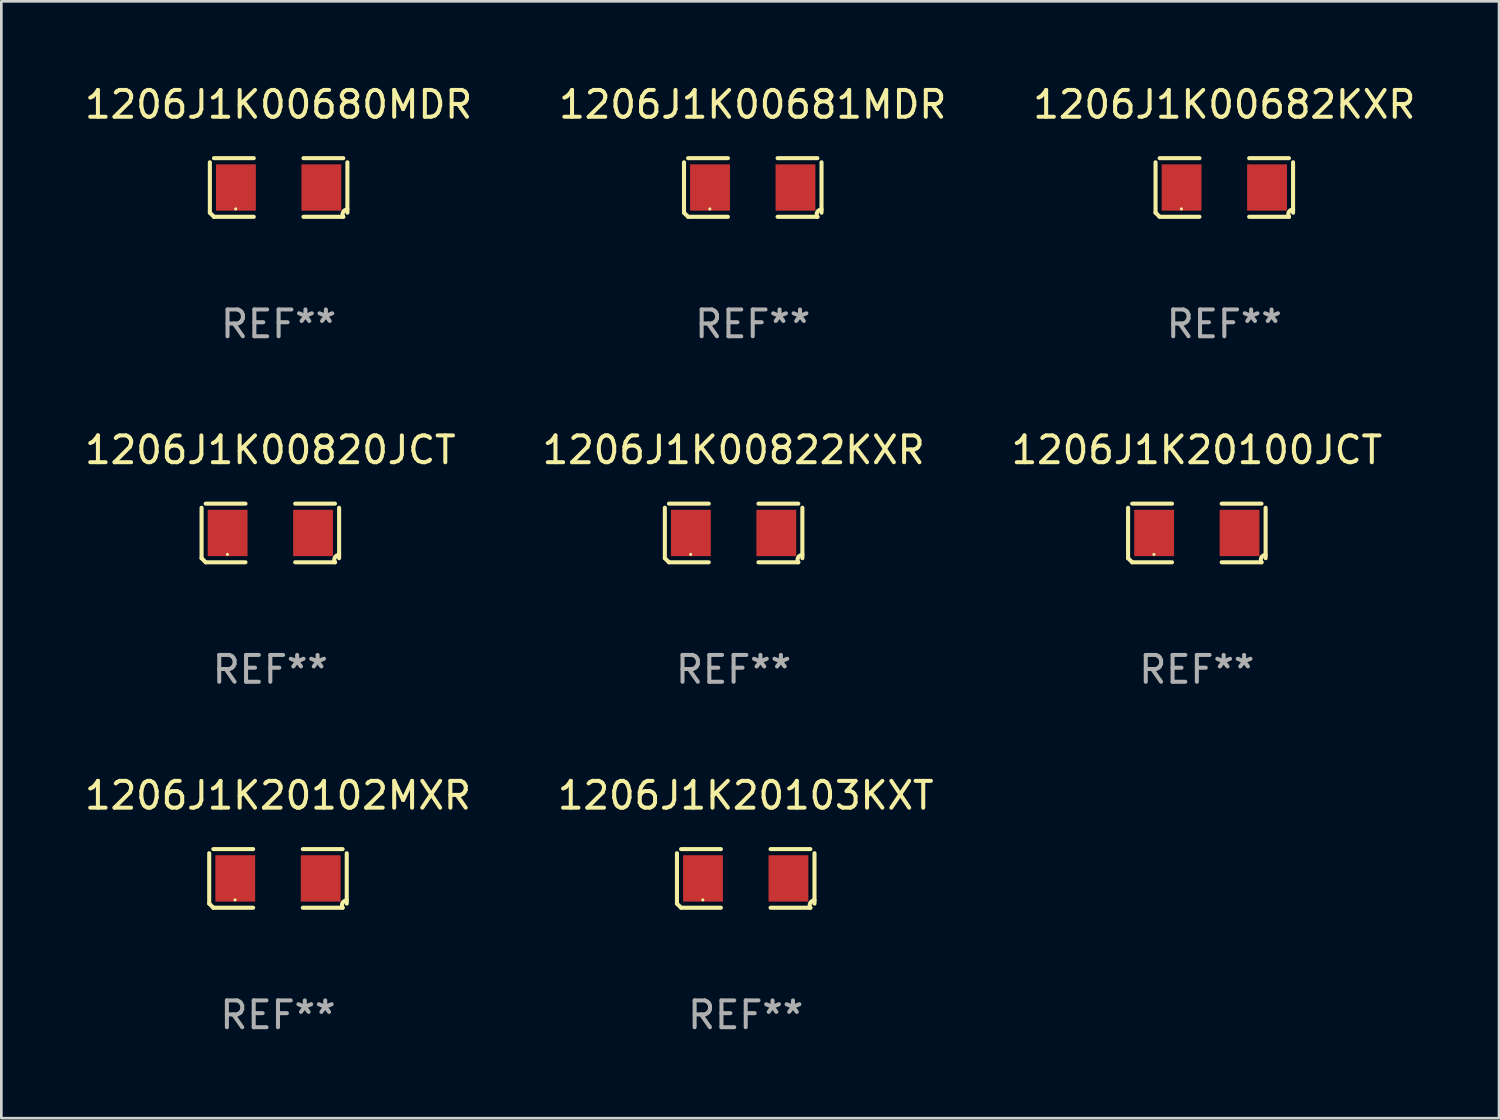
<source format=kicad_pcb>
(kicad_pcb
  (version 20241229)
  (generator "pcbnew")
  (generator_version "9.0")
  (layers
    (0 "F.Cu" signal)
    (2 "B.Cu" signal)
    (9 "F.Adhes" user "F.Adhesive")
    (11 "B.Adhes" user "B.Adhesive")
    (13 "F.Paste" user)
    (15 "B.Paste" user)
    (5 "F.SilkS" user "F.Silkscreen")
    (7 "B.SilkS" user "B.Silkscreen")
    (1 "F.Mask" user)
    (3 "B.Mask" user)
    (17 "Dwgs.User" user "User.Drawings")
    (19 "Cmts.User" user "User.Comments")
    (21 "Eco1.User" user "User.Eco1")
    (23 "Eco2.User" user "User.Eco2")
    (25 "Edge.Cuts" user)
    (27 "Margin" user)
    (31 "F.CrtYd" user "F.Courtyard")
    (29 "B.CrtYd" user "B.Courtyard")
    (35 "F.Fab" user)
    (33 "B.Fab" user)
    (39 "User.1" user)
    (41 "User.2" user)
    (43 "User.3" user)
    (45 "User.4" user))
  (footprint "1206J1K00820JCT"
    (layer "F.Cu")
    (at 7.03 16.823)
    (property "Reference" "1206J1K00820JCT" (at 0 -3.093 0) (layer "F.SilkS") (effects (font (size 1 1) (thickness 0.15))))
    (attr through_hole)
    (fp_line (start -2.564 0.94) (end -2.564 -0.94) (stroke (width 0.152) (type solid)) (layer "F.SilkS"))
    (fp_line (start -2.411 -1.093) (end -0.926 -1.093) (stroke (width 0.152) (type solid)) (layer "F.SilkS"))
    (fp_line (start -0.926 1.093) (end -2.411 1.093) (stroke (width 0.152) (type solid)) (layer "F.SilkS"))
    (fp_line (start 0.926 1.093) (end 2.411 1.093) (stroke (width 0.152) (type solid)) (layer "F.SilkS"))
    (fp_line (start 2.411 -1.093) (end 0.926 -1.093) (stroke (width 0.152) (type solid)) (layer "F.SilkS"))
    (fp_line (start 2.564 0.94) (end 2.564 -0.94) (stroke (width 0.152) (type solid)) (layer "F.SilkS"))
    (fp_arc (start -2.411201 1.092609) (mid -2.487413 1.01642) (end -2.563602 0.940208) (stroke (width 0.1524) (type solid)) (layer "F.SilkS"))
    (fp_arc (start 2.411201 1.092609) (mid 2.407159 0.911226) (end 2.563602 0.819347) (stroke (width 0.1524) (type solid)) (layer "F.SilkS"))
    (fp_circle (center -1.6 0.8) (end -1.57 0.8) (stroke (width 0.06) (type solid)) (fill no) (layer "F.SilkS"))
    (fp_text user "REF**" (at 0 5.093 0) (layer "F.Fab") (effects (font (size 1 1) (thickness 0.15))))
    (pad "1" smd rect (at -1.593 0) (size 1.485 1.728) (layers "F.Cu" "F.Mask" "F.Paste"))
    (pad "2" smd rect (at 1.593 0) (size 1.485 1.728) (layers "F.Cu" "F.Mask" "F.Paste")))
  (footprint "1206J1K20103KXT"
    (layer "F.Cu")
    (at 24.756 29.704)
    (property "Reference" "1206J1K20103KXT" (at 0 -3.093 0) (layer "F.SilkS") (effects (font (size 1 1) (thickness 0.15))))
    (attr through_hole)
    (fp_line (start -2.564 0.94) (end -2.564 -0.94) (stroke (width 0.152) (type solid)) (layer "F.SilkS"))
    (fp_line (start -2.411 -1.093) (end -0.926 -1.093) (stroke (width 0.152) (type solid)) (layer "F.SilkS"))
    (fp_line (start -0.926 1.093) (end -2.411 1.093) (stroke (width 0.152) (type solid)) (layer "F.SilkS"))
    (fp_line (start 0.926 1.093) (end 2.411 1.093) (stroke (width 0.152) (type solid)) (layer "F.SilkS"))
    (fp_line (start 2.411 -1.093) (end 0.926 -1.093) (stroke (width 0.152) (type solid)) (layer "F.SilkS"))
    (fp_line (start 2.564 0.94) (end 2.564 -0.94) (stroke (width 0.152) (type solid)) (layer "F.SilkS"))
    (fp_arc (start -2.411201 1.092609) (mid -2.487413 1.01642) (end -2.563602 0.940208) (stroke (width 0.1524) (type solid)) (layer "F.SilkS"))
    (fp_arc (start 2.411201 1.092609) (mid 2.407159 0.911226) (end 2.563602 0.819347) (stroke (width 0.1524) (type solid)) (layer "F.SilkS"))
    (fp_circle (center -1.6 0.8) (end -1.57 0.8) (stroke (width 0.06) (type solid)) (fill no) (layer "F.SilkS"))
    (fp_text user "REF**" (at 0 5.093 0) (layer "F.Fab") (effects (font (size 1 1) (thickness 0.15))))
    (pad "1" smd rect (at -1.593 0) (size 1.485 1.728) (layers "F.Cu" "F.Mask" "F.Paste"))
    (pad "2" smd rect (at 1.593 0) (size 1.485 1.728) (layers "F.Cu" "F.Mask" "F.Paste")))
  (footprint "1206J1K00681MDR"
    (layer "F.Cu")
    (at 25.018 3.941)
    (property "Reference" "1206J1K00681MDR" (at 0 -3.093 0) (layer "F.SilkS") (effects (font (size 1 1) (thickness 0.15))))
    (attr through_hole)
    (fp_line (start -2.564 0.94) (end -2.564 -0.94) (stroke (width 0.152) (type solid)) (layer "F.SilkS"))
    (fp_line (start -2.411 -1.093) (end -0.926 -1.093) (stroke (width 0.152) (type solid)) (layer "F.SilkS"))
    (fp_line (start -0.926 1.093) (end -2.411 1.093) (stroke (width 0.152) (type solid)) (layer "F.SilkS"))
    (fp_line (start 0.926 1.093) (end 2.411 1.093) (stroke (width 0.152) (type solid)) (layer "F.SilkS"))
    (fp_line (start 2.411 -1.093) (end 0.926 -1.093) (stroke (width 0.152) (type solid)) (layer "F.SilkS"))
    (fp_line (start 2.564 0.94) (end 2.564 -0.94) (stroke (width 0.152) (type solid)) (layer "F.SilkS"))
    (fp_arc (start -2.411201 1.092609) (mid -2.487413 1.01642) (end -2.563602 0.940208) (stroke (width 0.1524) (type solid)) (layer "F.SilkS"))
    (fp_arc (start 2.411201 1.092609) (mid 2.407159 0.911226) (end 2.563602 0.819347) (stroke (width 0.1524) (type solid)) (layer "F.SilkS"))
    (fp_circle (center -1.6 0.8) (end -1.57 0.8) (stroke (width 0.06) (type solid)) (fill no) (layer "F.SilkS"))
    (fp_text user "REF**" (at 0 5.093 0) (layer "F.Fab") (effects (font (size 1 1) (thickness 0.15))))
    (pad "1" smd rect (at -1.593 0) (size 1.485 1.728) (layers "F.Cu" "F.Mask" "F.Paste"))
    (pad "2" smd rect (at 1.593 0) (size 1.485 1.728) (layers "F.Cu" "F.Mask" "F.Paste")))
  (footprint "1206J1K00682KXR"
    (layer "F.Cu")
    (at 42.601 3.941)
    (property "Reference" "1206J1K00682KXR" (at 0 -3.093 0) (layer "F.SilkS") (effects (font (size 1 1) (thickness 0.15))))
    (attr through_hole)
    (fp_line (start -2.564 0.94) (end -2.564 -0.94) (stroke (width 0.152) (type solid)) (layer "F.SilkS"))
    (fp_line (start -2.411 -1.093) (end -0.926 -1.093) (stroke (width 0.152) (type solid)) (layer "F.SilkS"))
    (fp_line (start -0.926 1.093) (end -2.411 1.093) (stroke (width 0.152) (type solid)) (layer "F.SilkS"))
    (fp_line (start 0.926 1.093) (end 2.411 1.093) (stroke (width 0.152) (type solid)) (layer "F.SilkS"))
    (fp_line (start 2.411 -1.093) (end 0.926 -1.093) (stroke (width 0.152) (type solid)) (layer "F.SilkS"))
    (fp_line (start 2.564 0.94) (end 2.564 -0.94) (stroke (width 0.152) (type solid)) (layer "F.SilkS"))
    (fp_arc (start -2.411201 1.092609) (mid -2.487413 1.01642) (end -2.563602 0.940208) (stroke (width 0.1524) (type solid)) (layer "F.SilkS"))
    (fp_arc (start 2.411201 1.092609) (mid 2.407159 0.911226) (end 2.563602 0.819347) (stroke (width 0.1524) (type solid)) (layer "F.SilkS"))
    (fp_circle (center -1.6 0.8) (end -1.57 0.8) (stroke (width 0.06) (type solid)) (fill no) (layer "F.SilkS"))
    (fp_text user "REF**" (at 0 5.093 0) (layer "F.Fab") (effects (font (size 1 1) (thickness 0.15))))
    (pad "1" smd rect (at -1.593 0) (size 1.485 1.728) (layers "F.Cu" "F.Mask" "F.Paste"))
    (pad "2" smd rect (at 1.593 0) (size 1.485 1.728) (layers "F.Cu" "F.Mask" "F.Paste")))
  (footprint "1206J1K00822KXR"
    (layer "F.Cu")
    (at 24.304 16.823)
    (property "Reference" "1206J1K00822KXR" (at 0 -3.093 0) (layer "F.SilkS") (effects (font (size 1 1) (thickness 0.15))))
    (attr through_hole)
    (fp_line (start -2.564 0.94) (end -2.564 -0.94) (stroke (width 0.152) (type solid)) (layer "F.SilkS"))
    (fp_line (start -2.411 -1.093) (end -0.926 -1.093) (stroke (width 0.152) (type solid)) (layer "F.SilkS"))
    (fp_line (start -0.926 1.093) (end -2.411 1.093) (stroke (width 0.152) (type solid)) (layer "F.SilkS"))
    (fp_line (start 0.926 1.093) (end 2.411 1.093) (stroke (width 0.152) (type solid)) (layer "F.SilkS"))
    (fp_line (start 2.411 -1.093) (end 0.926 -1.093) (stroke (width 0.152) (type solid)) (layer "F.SilkS"))
    (fp_line (start 2.564 0.94) (end 2.564 -0.94) (stroke (width 0.152) (type solid)) (layer "F.SilkS"))
    (fp_arc (start -2.411201 1.092609) (mid -2.487413 1.01642) (end -2.563602 0.940208) (stroke (width 0.1524) (type solid)) (layer "F.SilkS"))
    (fp_arc (start 2.411201 1.092609) (mid 2.407159 0.911226) (end 2.563602 0.819347) (stroke (width 0.1524) (type solid)) (layer "F.SilkS"))
    (fp_circle (center -1.6 0.8) (end -1.57 0.8) (stroke (width 0.06) (type solid)) (fill no) (layer "F.SilkS"))
    (fp_text user "REF**" (at 0 5.093 0) (layer "F.Fab") (effects (font (size 1 1) (thickness 0.15))))
    (pad "1" smd rect (at -1.593 0) (size 1.485 1.728) (layers "F.Cu" "F.Mask" "F.Paste"))
    (pad "2" smd rect (at 1.593 0) (size 1.485 1.728) (layers "F.Cu" "F.Mask" "F.Paste")))
  (footprint "1206J1K00680MDR"
    (layer "F.Cu")
    (at 7.339 3.941)
    (property "Reference" "1206J1K00680MDR" (at 0 -3.093 0) (layer "F.SilkS") (effects (font (size 1 1) (thickness 0.15))))
    (attr through_hole)
    (fp_line (start -2.564 0.94) (end -2.564 -0.94) (stroke (width 0.152) (type solid)) (layer "F.SilkS"))
    (fp_line (start -2.411 -1.093) (end -0.926 -1.093) (stroke (width 0.152) (type solid)) (layer "F.SilkS"))
    (fp_line (start -0.926 1.093) (end -2.411 1.093) (stroke (width 0.152) (type solid)) (layer "F.SilkS"))
    (fp_line (start 0.926 1.093) (end 2.411 1.093) (stroke (width 0.152) (type solid)) (layer "F.SilkS"))
    (fp_line (start 2.411 -1.093) (end 0.926 -1.093) (stroke (width 0.152) (type solid)) (layer "F.SilkS"))
    (fp_line (start 2.564 0.94) (end 2.564 -0.94) (stroke (width 0.152) (type solid)) (layer "F.SilkS"))
    (fp_arc (start -2.411201 1.092609) (mid -2.487413 1.01642) (end -2.563602 0.940208) (stroke (width 0.1524) (type solid)) (layer "F.SilkS"))
    (fp_arc (start 2.411201 1.092609) (mid 2.407159 0.911226) (end 2.563602 0.819347) (stroke (width 0.1524) (type solid)) (layer "F.SilkS"))
    (fp_circle (center -1.6 0.8) (end -1.57 0.8) (stroke (width 0.06) (type solid)) (fill no) (layer "F.SilkS"))
    (fp_text user "REF**" (at 0 5.093 0) (layer "F.Fab") (effects (font (size 1 1) (thickness 0.15))))
    (pad "1" smd rect (at -1.593 0) (size 1.485 1.728) (layers "F.Cu" "F.Mask" "F.Paste"))
    (pad "2" smd rect (at 1.593 0) (size 1.485 1.728) (layers "F.Cu" "F.Mask" "F.Paste")))
  (footprint "1206J1K20102MXR"
    (layer "F.Cu")
    (at 7.315 29.704)
    (property "Reference" "1206J1K20102MXR" (at 0 -3.093 0) (layer "F.SilkS") (effects (font (size 1 1) (thickness 0.15))))
    (attr through_hole)
    (fp_line (start -2.564 0.94) (end -2.564 -0.94) (stroke (width 0.152) (type solid)) (layer "F.SilkS"))
    (fp_line (start -2.411 -1.093) (end -0.926 -1.093) (stroke (width 0.152) (type solid)) (layer "F.SilkS"))
    (fp_line (start -0.926 1.093) (end -2.411 1.093) (stroke (width 0.152) (type solid)) (layer "F.SilkS"))
    (fp_line (start 0.926 1.093) (end 2.411 1.093) (stroke (width 0.152) (type solid)) (layer "F.SilkS"))
    (fp_line (start 2.411 -1.093) (end 0.926 -1.093) (stroke (width 0.152) (type solid)) (layer "F.SilkS"))
    (fp_line (start 2.564 0.94) (end 2.564 -0.94) (stroke (width 0.152) (type solid)) (layer "F.SilkS"))
    (fp_arc (start -2.411201 1.092609) (mid -2.487413 1.01642) (end -2.563602 0.940208) (stroke (width 0.1524) (type solid)) (layer "F.SilkS"))
    (fp_arc (start 2.411201 1.092609) (mid 2.407159 0.911226) (end 2.563602 0.819347) (stroke (width 0.1524) (type solid)) (layer "F.SilkS"))
    (fp_circle (center -1.6 0.8) (end -1.57 0.8) (stroke (width 0.06) (type solid)) (fill no) (layer "F.SilkS"))
    (fp_text user "REF**" (at 0 5.093 0) (layer "F.Fab") (effects (font (size 1 1) (thickness 0.15))))
    (pad "1" smd rect (at -1.593 0) (size 1.485 1.728) (layers "F.Cu" "F.Mask" "F.Paste"))
    (pad "2" smd rect (at 1.593 0) (size 1.485 1.728) (layers "F.Cu" "F.Mask" "F.Paste")))
  (footprint "1206J1K20100JCT"
    (layer "F.Cu")
    (at 41.577 16.823)
    (property "Reference" "1206J1K20100JCT" (at 0 -3.093 0) (layer "F.SilkS") (effects (font (size 1 1) (thickness 0.15))))
    (attr through_hole)
    (fp_line (start -2.564 0.94) (end -2.564 -0.94) (stroke (width 0.152) (type solid)) (layer "F.SilkS"))
    (fp_line (start -2.411 -1.093) (end -0.926 -1.093) (stroke (width 0.152) (type solid)) (layer "F.SilkS"))
    (fp_line (start -0.926 1.093) (end -2.411 1.093) (stroke (width 0.152) (type solid)) (layer "F.SilkS"))
    (fp_line (start 0.926 1.093) (end 2.411 1.093) (stroke (width 0.152) (type solid)) (layer "F.SilkS"))
    (fp_line (start 2.411 -1.093) (end 0.926 -1.093) (stroke (width 0.152) (type solid)) (layer "F.SilkS"))
    (fp_line (start 2.564 0.94) (end 2.564 -0.94) (stroke (width 0.152) (type solid)) (layer "F.SilkS"))
    (fp_arc (start -2.411201 1.092609) (mid -2.487413 1.01642) (end -2.563602 0.940208) (stroke (width 0.1524) (type solid)) (layer "F.SilkS"))
    (fp_arc (start 2.411201 1.092609) (mid 2.407159 0.911226) (end 2.563602 0.819347) (stroke (width 0.1524) (type solid)) (layer "F.SilkS"))
    (fp_circle (center -1.6 0.8) (end -1.57 0.8) (stroke (width 0.06) (type solid)) (fill no) (layer "F.SilkS"))
    (fp_text user "REF**" (at 0 5.093 0) (layer "F.Fab") (effects (font (size 1 1) (thickness 0.15))))
    (pad "1" smd rect (at -1.593 0) (size 1.485 1.728) (layers "F.Cu" "F.Mask" "F.Paste"))
    (pad "2" smd rect (at 1.593 0) (size 1.485 1.728) (layers "F.Cu" "F.Mask" "F.Paste")))
  (gr_rect
    (start -3 -3)
    (end 52.845 38.645)
    (stroke (width 0.1) (type default))
    (fill no)
    (layer "Edge.Cuts")))
</source>
